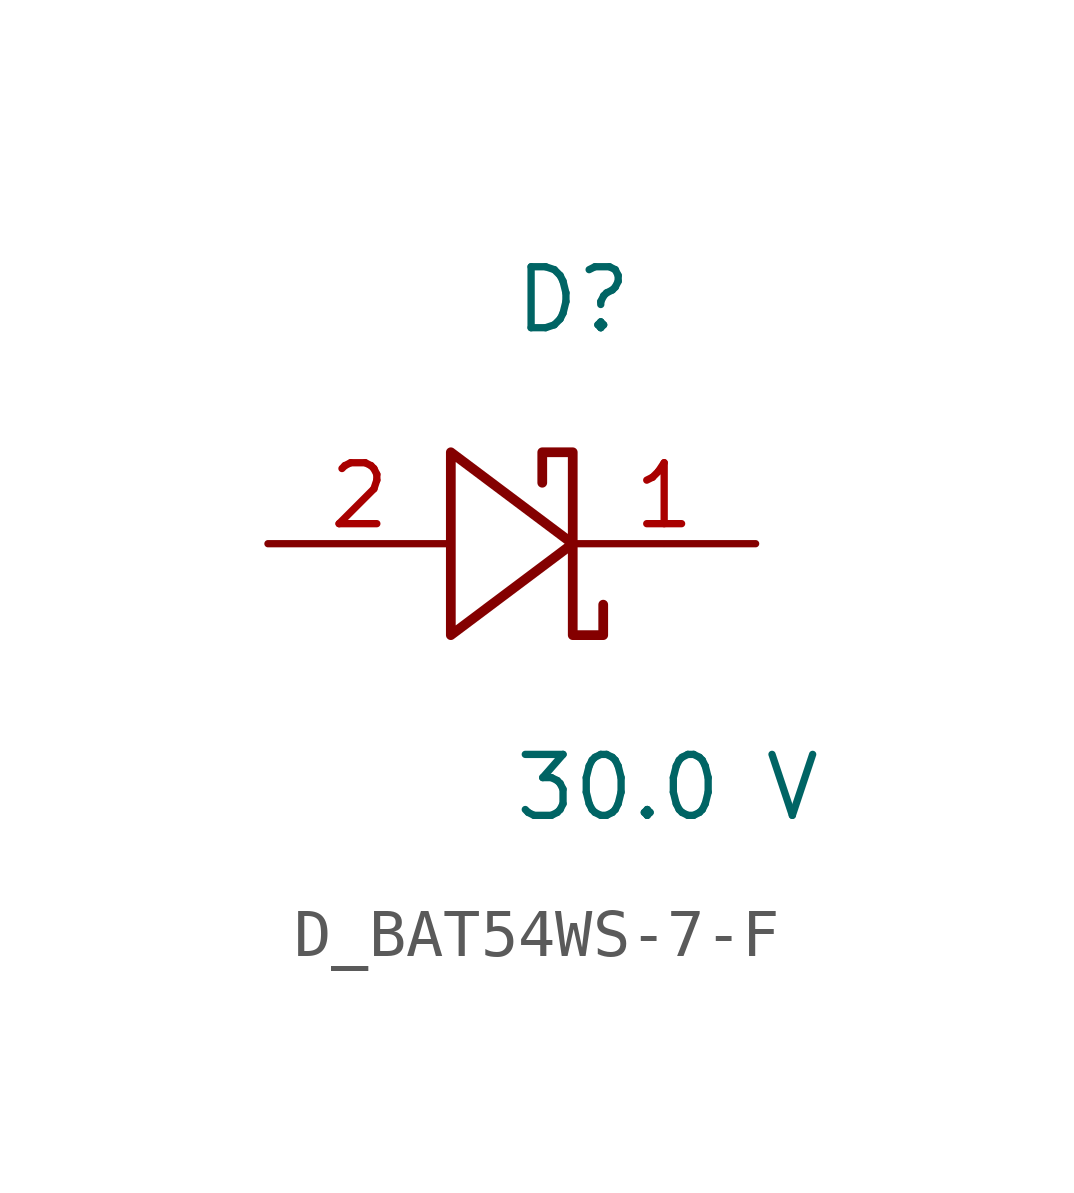
<source format=kicad_sym>
(kicad_symbol_lib
  (version 20231120)
  (generator kicad_symbol_editor)
  (generator_version 8.0)
  (symbol "D_BAT54WS-7-F"
    (pin_names
      (offset 0.254))
    (property "Reference" "D"
      (at 0 5.08 0)
      (effects (font (size 1.27 1.27)) (justify left)))
    (property "Value" "30.0 V"
      (at 0 -5.08 0)
      (effects (font (size 1.27 1.27)) (justify left)))
    (symbol "D_BAT54WS-7-F_1_0"
      (polyline (pts (xy 0.635 1.27) (xy 0.635 1.905) (xy 1.27 1.905) (xy 1.27 0) (xy -1.27 1.905) (xy -1.27 -1.905) (xy 1.27 0) (xy 1.27 -1.905) (xy 1.905 -1.905) (xy 1.905 -1.27)) (stroke (width 0.203) (type default)) (fill (type none)))
      (pin passive line (at 5.08 0 180) (length 3.81) (name "" (effects (font (size 1.27 1.27)))) (number "1" (effects (font (size 1.27 1.27)))))
      (pin passive line (at -5.08 0 0) (length 3.81) (name "" (effects (font (size 1.27 1.27)))) (number "2" (effects (font (size 1.27 1.27))))))))
</source>
